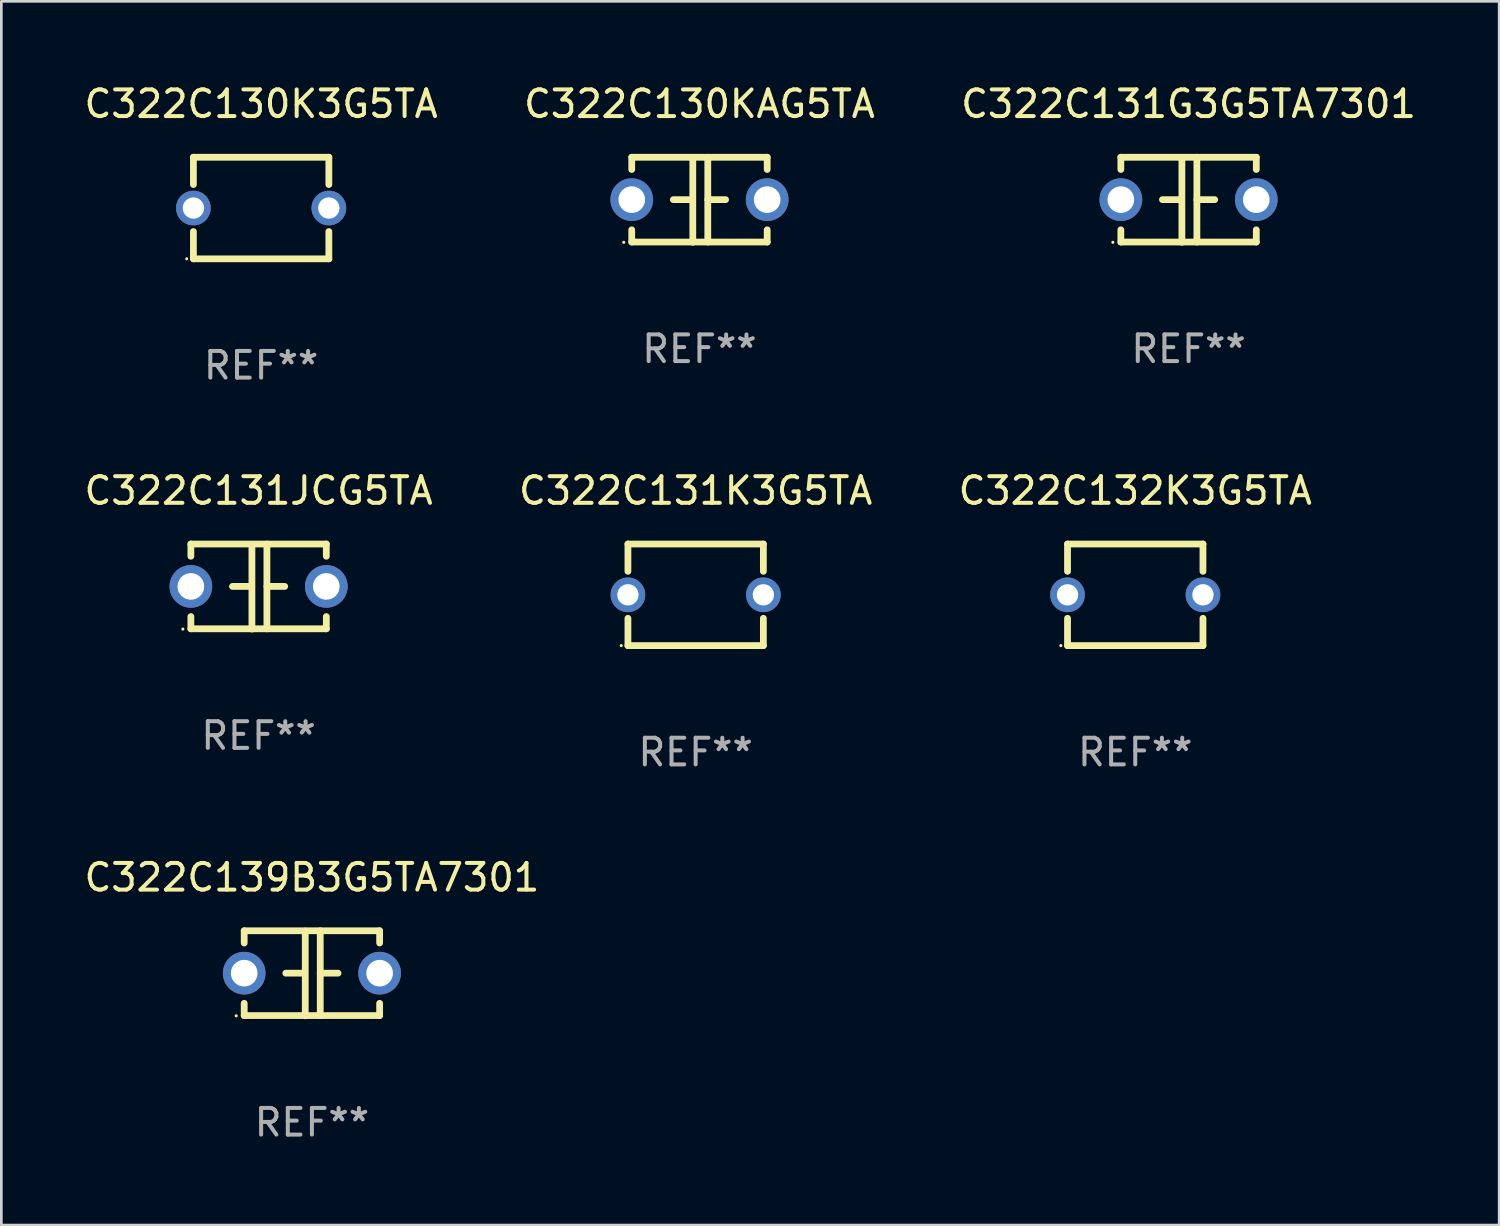
<source format=kicad_pcb>
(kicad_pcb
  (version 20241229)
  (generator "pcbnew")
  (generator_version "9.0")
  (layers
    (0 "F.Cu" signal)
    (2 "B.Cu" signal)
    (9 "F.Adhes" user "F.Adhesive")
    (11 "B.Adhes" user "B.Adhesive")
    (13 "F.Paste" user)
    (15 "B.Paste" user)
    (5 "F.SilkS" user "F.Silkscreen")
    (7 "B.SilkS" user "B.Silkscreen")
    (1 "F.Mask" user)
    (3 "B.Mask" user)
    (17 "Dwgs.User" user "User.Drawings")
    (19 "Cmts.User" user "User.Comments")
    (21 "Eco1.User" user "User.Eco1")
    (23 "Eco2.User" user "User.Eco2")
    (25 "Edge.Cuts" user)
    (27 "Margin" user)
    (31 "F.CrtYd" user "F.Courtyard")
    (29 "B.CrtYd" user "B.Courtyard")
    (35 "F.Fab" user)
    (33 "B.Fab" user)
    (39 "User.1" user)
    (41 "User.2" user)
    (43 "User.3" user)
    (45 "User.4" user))
  (footprint "C322C130K3G5TA"
    (layer "F.Cu")
    (at 6.744 4.753)
    (property "Reference" "C322C130K3G5TA" (at 0 -3.905 0) (layer "F.SilkS") (effects (font (size 1 1) (thickness 0.15))))
    (attr through_hole)
    (fp_line (start -2.54 -1.905) (end -2.54 -0.881) (stroke (width 0.254) (type solid)) (layer "F.SilkS"))
    (fp_line (start -2.54 0.881) (end -2.54 1.905) (stroke (width 0.254) (type solid)) (layer "F.SilkS"))
    (fp_line (start -2.54 1.905) (end 2.54 1.905) (stroke (width 0.254) (type solid)) (layer "F.SilkS"))
    (fp_line (start 2.54 -1.905) (end -2.54 -1.905) (stroke (width 0.254) (type solid)) (layer "F.SilkS"))
    (fp_line (start 2.54 -0.881) (end 2.54 -1.905) (stroke (width 0.254) (type solid)) (layer "F.SilkS"))
    (fp_line (start 2.54 1.905) (end 2.54 0.881) (stroke (width 0.254) (type solid)) (layer "F.SilkS"))
    (fp_circle (center -2.79 1.905) (end -2.76 1.905) (stroke (width 0.06) (type solid)) (fill no) (layer "F.SilkS"))
    (fp_text user "REF**" (at 0 5.905 0) (layer "F.Fab") (effects (font (size 1 1) (thickness 0.15))))
    (pad "1" thru_hole circle (at -2.54 0) (size 1.3 1.3) (drill 0.8) (layers "*.Cu" "*.Mask"))
    (pad "2" thru_hole circle (at 2.54 0) (size 1.3 1.3) (drill 0.8) (layers "*.Cu" "*.Mask")))
  (footprint "C322C132K3G5TA"
    (layer "F.Cu")
    (at 39.53 19.26)
    (property "Reference" "C322C132K3G5TA" (at 0 -3.905 0) (layer "F.SilkS") (effects (font (size 1 1) (thickness 0.15))))
    (attr through_hole)
    (fp_line (start -2.54 -1.905) (end -2.54 -0.881) (stroke (width 0.254) (type solid)) (layer "F.SilkS"))
    (fp_line (start -2.54 0.881) (end -2.54 1.905) (stroke (width 0.254) (type solid)) (layer "F.SilkS"))
    (fp_line (start -2.54 1.905) (end 2.54 1.905) (stroke (width 0.254) (type solid)) (layer "F.SilkS"))
    (fp_line (start 2.54 -1.905) (end -2.54 -1.905) (stroke (width 0.254) (type solid)) (layer "F.SilkS"))
    (fp_line (start 2.54 -0.881) (end 2.54 -1.905) (stroke (width 0.254) (type solid)) (layer "F.SilkS"))
    (fp_line (start 2.54 1.905) (end 2.54 0.881) (stroke (width 0.254) (type solid)) (layer "F.SilkS"))
    (fp_circle (center -2.79 1.905) (end -2.76 1.905) (stroke (width 0.06) (type solid)) (fill no) (layer "F.SilkS"))
    (fp_text user "REF**" (at 0 5.905 0) (layer "F.Fab") (effects (font (size 1 1) (thickness 0.15))))
    (pad "1" thru_hole circle (at -2.54 0) (size 1.3 1.3) (drill 0.8) (layers "*.Cu" "*.Mask"))
    (pad "2" thru_hole circle (at 2.54 0) (size 1.3 1.3) (drill 0.8) (layers "*.Cu" "*.Mask")))
  (footprint "C322C139B3G5TA7301"
    (layer "F.Cu")
    (at 8.649 33.456)
    (property "Reference" "C322C139B3G5TA7301" (at 0 -3.595 0) (layer "F.SilkS") (effects (font (size 1 1) (thickness 0.15))))
    (attr through_hole)
    (fp_line (start -2.54 -1.595) (end -2.54 -1.136) (stroke (width 0.254) (type solid)) (layer "F.SilkS"))
    (fp_line (start -2.54 -1.595) (end 2.54 -1.595) (stroke (width 0.254) (type solid)) (layer "F.SilkS"))
    (fp_line (start -2.54 1.126) (end -2.54 1.585) (stroke (width 0.254) (type solid)) (layer "F.SilkS"))
    (fp_line (start -0.312 -0.005) (end -0.98 -0.005) (stroke (width 0.254) (type solid)) (layer "F.SilkS"))
    (fp_line (start -0.25 -1.585) (end -0.25 1.595) (stroke (width 0.254) (type solid)) (layer "F.SilkS"))
    (fp_line (start 0.312 -1.595) (end 0.312 1.585) (stroke (width 0.254) (type solid)) (layer "F.SilkS"))
    (fp_line (start 0.312 -0.005) (end 0.98 -0.005) (stroke (width 0.254) (type solid)) (layer "F.SilkS"))
    (fp_line (start 2.54 -1.595) (end 2.54 -1.136) (stroke (width 0.254) (type solid)) (layer "F.SilkS"))
    (fp_line (start 2.54 1.126) (end 2.54 1.585) (stroke (width 0.254) (type solid)) (layer "F.SilkS"))
    (fp_line (start 2.54 1.585) (end -2.54 1.585) (stroke (width 0.254) (type solid)) (layer "F.SilkS"))
    (fp_circle (center -2.84 1.595) (end -2.81 1.595) (stroke (width 0.06) (type solid)) (fill no) (layer "F.SilkS"))
    (fp_text user "REF**" (at 0 5.595 0) (layer "F.Fab") (effects (font (size 1 1) (thickness 0.15))))
    (pad "1" thru_hole circle (at -2.54 -0.005) (size 1.6 1.6) (drill 1) (layers "*.Cu" "*.Mask"))
    (pad "2" thru_hole circle (at 2.54 -0.005) (size 1.6 1.6) (drill 1) (layers "*.Cu" "*.Mask")))
  (footprint "C322C131K3G5TA"
    (layer "F.Cu")
    (at 23.042 19.26)
    (property "Reference" "C322C131K3G5TA" (at 0 -3.905 0) (layer "F.SilkS") (effects (font (size 1 1) (thickness 0.15))))
    (attr through_hole)
    (fp_line (start -2.54 -1.905) (end -2.54 -0.881) (stroke (width 0.254) (type solid)) (layer "F.SilkS"))
    (fp_line (start -2.54 0.881) (end -2.54 1.905) (stroke (width 0.254) (type solid)) (layer "F.SilkS"))
    (fp_line (start -2.54 1.905) (end 2.54 1.905) (stroke (width 0.254) (type solid)) (layer "F.SilkS"))
    (fp_line (start 2.54 -1.905) (end -2.54 -1.905) (stroke (width 0.254) (type solid)) (layer "F.SilkS"))
    (fp_line (start 2.54 -0.881) (end 2.54 -1.905) (stroke (width 0.254) (type solid)) (layer "F.SilkS"))
    (fp_line (start 2.54 1.905) (end 2.54 0.881) (stroke (width 0.254) (type solid)) (layer "F.SilkS"))
    (fp_circle (center -2.79 1.905) (end -2.76 1.905) (stroke (width 0.06) (type solid)) (fill no) (layer "F.SilkS"))
    (fp_text user "REF**" (at 0 5.905 0) (layer "F.Fab") (effects (font (size 1 1) (thickness 0.15))))
    (pad "1" thru_hole circle (at -2.54 0) (size 1.3 1.3) (drill 0.8) (layers "*.Cu" "*.Mask"))
    (pad "2" thru_hole circle (at 2.54 0) (size 1.3 1.3) (drill 0.8) (layers "*.Cu" "*.Mask")))
  (footprint "C322C130KAG5TA"
    (layer "F.Cu")
    (at 23.185 4.443)
    (property "Reference" "C322C130KAG5TA" (at 0 -3.595 0) (layer "F.SilkS") (effects (font (size 1 1) (thickness 0.15))))
    (attr through_hole)
    (fp_line (start -2.54 -1.595) (end -2.54 -1.136) (stroke (width 0.254) (type solid)) (layer "F.SilkS"))
    (fp_line (start -2.54 -1.595) (end 2.54 -1.595) (stroke (width 0.254) (type solid)) (layer "F.SilkS"))
    (fp_line (start -2.54 1.126) (end -2.54 1.585) (stroke (width 0.254) (type solid)) (layer "F.SilkS"))
    (fp_line (start -0.312 -0.005) (end -0.98 -0.005) (stroke (width 0.254) (type solid)) (layer "F.SilkS"))
    (fp_line (start -0.25 -1.585) (end -0.25 1.595) (stroke (width 0.254) (type solid)) (layer "F.SilkS"))
    (fp_line (start 0.312 -1.595) (end 0.312 1.585) (stroke (width 0.254) (type solid)) (layer "F.SilkS"))
    (fp_line (start 0.312 -0.005) (end 0.98 -0.005) (stroke (width 0.254) (type solid)) (layer "F.SilkS"))
    (fp_line (start 2.54 -1.595) (end 2.54 -1.136) (stroke (width 0.254) (type solid)) (layer "F.SilkS"))
    (fp_line (start 2.54 1.126) (end 2.54 1.585) (stroke (width 0.254) (type solid)) (layer "F.SilkS"))
    (fp_line (start 2.54 1.585) (end -2.54 1.585) (stroke (width 0.254) (type solid)) (layer "F.SilkS"))
    (fp_circle (center -2.84 1.595) (end -2.81 1.595) (stroke (width 0.06) (type solid)) (fill no) (layer "F.SilkS"))
    (fp_text user "REF**" (at 0 5.595 0) (layer "F.Fab") (effects (font (size 1 1) (thickness 0.15))))
    (pad "1" thru_hole circle (at -2.54 -0.005) (size 1.6 1.6) (drill 1) (layers "*.Cu" "*.Mask"))
    (pad "2" thru_hole circle (at 2.54 -0.005) (size 1.6 1.6) (drill 1) (layers "*.Cu" "*.Mask")))
  (footprint "C322C131G3G5TA7301"
    (layer "F.Cu")
    (at 41.53 4.443)
    (property "Reference" "C322C131G3G5TA7301" (at 0 -3.595 0) (layer "F.SilkS") (effects (font (size 1 1) (thickness 0.15))))
    (attr through_hole)
    (fp_line (start -2.54 -1.595) (end -2.54 -1.136) (stroke (width 0.254) (type solid)) (layer "F.SilkS"))
    (fp_line (start -2.54 -1.595) (end 2.54 -1.595) (stroke (width 0.254) (type solid)) (layer "F.SilkS"))
    (fp_line (start -2.54 1.126) (end -2.54 1.585) (stroke (width 0.254) (type solid)) (layer "F.SilkS"))
    (fp_line (start -0.312 -0.005) (end -0.98 -0.005) (stroke (width 0.254) (type solid)) (layer "F.SilkS"))
    (fp_line (start -0.25 -1.585) (end -0.25 1.595) (stroke (width 0.254) (type solid)) (layer "F.SilkS"))
    (fp_line (start 0.312 -1.595) (end 0.312 1.585) (stroke (width 0.254) (type solid)) (layer "F.SilkS"))
    (fp_line (start 0.312 -0.005) (end 0.98 -0.005) (stroke (width 0.254) (type solid)) (layer "F.SilkS"))
    (fp_line (start 2.54 -1.595) (end 2.54 -1.136) (stroke (width 0.254) (type solid)) (layer "F.SilkS"))
    (fp_line (start 2.54 1.126) (end 2.54 1.585) (stroke (width 0.254) (type solid)) (layer "F.SilkS"))
    (fp_line (start 2.54 1.585) (end -2.54 1.585) (stroke (width 0.254) (type solid)) (layer "F.SilkS"))
    (fp_circle (center -2.84 1.595) (end -2.81 1.595) (stroke (width 0.06) (type solid)) (fill no) (layer "F.SilkS"))
    (fp_text user "REF**" (at 0 5.595 0) (layer "F.Fab") (effects (font (size 1 1) (thickness 0.15))))
    (pad "1" thru_hole circle (at -2.54 -0.005) (size 1.6 1.6) (drill 1) (layers "*.Cu" "*.Mask"))
    (pad "2" thru_hole circle (at 2.54 -0.005) (size 1.6 1.6) (drill 1) (layers "*.Cu" "*.Mask")))
  (footprint "C322C131JCG5TA"
    (layer "F.Cu")
    (at 6.649 18.95)
    (property "Reference" "C322C131JCG5TA" (at 0 -3.595 0) (layer "F.SilkS") (effects (font (size 1 1) (thickness 0.15))))
    (attr through_hole)
    (fp_line (start -2.54 -1.595) (end -2.54 -1.136) (stroke (width 0.254) (type solid)) (layer "F.SilkS"))
    (fp_line (start -2.54 -1.595) (end 2.54 -1.595) (stroke (width 0.254) (type solid)) (layer "F.SilkS"))
    (fp_line (start -2.54 1.126) (end -2.54 1.585) (stroke (width 0.254) (type solid)) (layer "F.SilkS"))
    (fp_line (start -0.312 -0.005) (end -0.98 -0.005) (stroke (width 0.254) (type solid)) (layer "F.SilkS"))
    (fp_line (start -0.25 -1.585) (end -0.25 1.595) (stroke (width 0.254) (type solid)) (layer "F.SilkS"))
    (fp_line (start 0.312 -1.595) (end 0.312 1.585) (stroke (width 0.254) (type solid)) (layer "F.SilkS"))
    (fp_line (start 0.312 -0.005) (end 0.98 -0.005) (stroke (width 0.254) (type solid)) (layer "F.SilkS"))
    (fp_line (start 2.54 -1.595) (end 2.54 -1.136) (stroke (width 0.254) (type solid)) (layer "F.SilkS"))
    (fp_line (start 2.54 1.126) (end 2.54 1.585) (stroke (width 0.254) (type solid)) (layer "F.SilkS"))
    (fp_line (start 2.54 1.585) (end -2.54 1.585) (stroke (width 0.254) (type solid)) (layer "F.SilkS"))
    (fp_circle (center -2.84 1.595) (end -2.81 1.595) (stroke (width 0.06) (type solid)) (fill no) (layer "F.SilkS"))
    (fp_text user "REF**" (at 0 5.595 0) (layer "F.Fab") (effects (font (size 1 1) (thickness 0.15))))
    (pad "1" thru_hole circle (at -2.54 -0.005) (size 1.6 1.6) (drill 1) (layers "*.Cu" "*.Mask"))
    (pad "2" thru_hole circle (at 2.54 -0.005) (size 1.6 1.6) (drill 1) (layers "*.Cu" "*.Mask")))
  (gr_rect
    (start -3 -3)
    (end 53.179 42.899)
    (stroke (width 0.1) (type default))
    (fill no)
    (layer "Edge.Cuts")))
</source>
